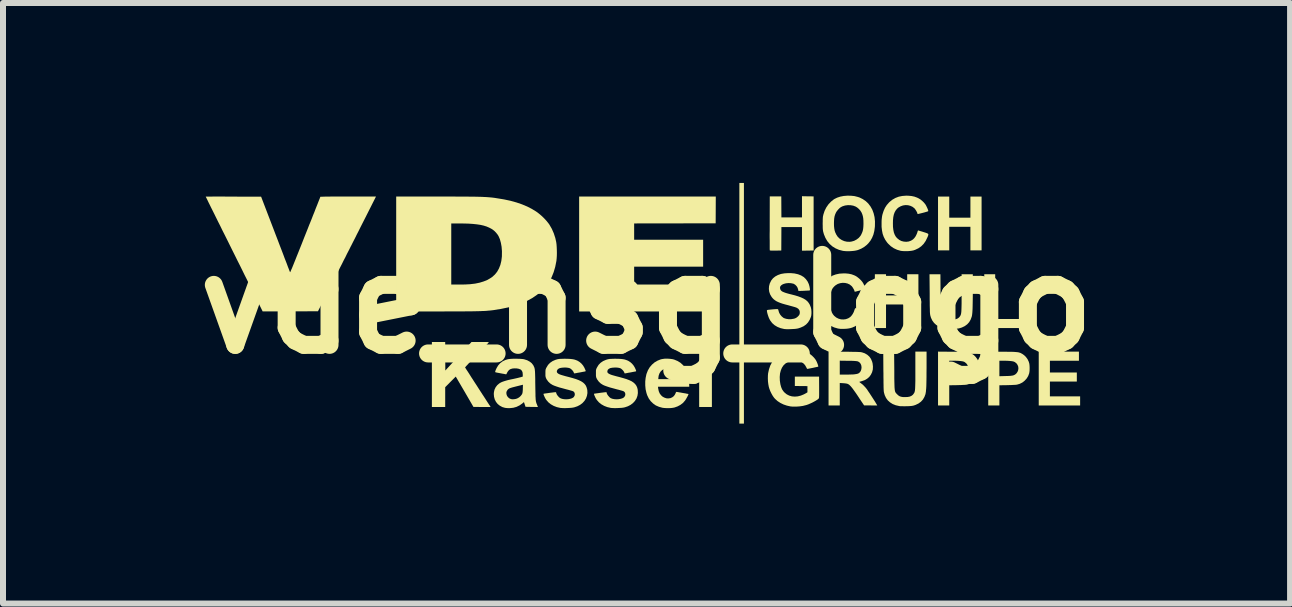
<source format=kicad_pcb>
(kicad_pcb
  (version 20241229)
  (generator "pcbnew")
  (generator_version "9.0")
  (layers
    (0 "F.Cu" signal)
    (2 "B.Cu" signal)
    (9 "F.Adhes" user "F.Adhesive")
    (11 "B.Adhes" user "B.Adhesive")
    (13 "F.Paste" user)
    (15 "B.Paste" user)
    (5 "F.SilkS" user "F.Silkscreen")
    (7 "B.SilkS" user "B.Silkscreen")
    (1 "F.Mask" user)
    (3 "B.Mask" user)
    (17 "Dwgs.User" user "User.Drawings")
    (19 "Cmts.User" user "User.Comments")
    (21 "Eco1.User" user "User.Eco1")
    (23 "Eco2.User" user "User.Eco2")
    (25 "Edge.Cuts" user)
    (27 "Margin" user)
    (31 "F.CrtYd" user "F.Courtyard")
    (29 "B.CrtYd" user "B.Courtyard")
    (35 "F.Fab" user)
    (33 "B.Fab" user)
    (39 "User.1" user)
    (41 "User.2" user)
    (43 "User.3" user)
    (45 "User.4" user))
  (footprint "vde_hsg_logo"
    (layer "F.Cu")
    (at 7.729 2.021)
    (property "Reference" "vde_hsg_logo" (at 0 0 0) (layer "F.SilkS") (effects (font (size 1.5 1.5) (thickness 0.3))))
    (attr board_only exclude_from_pos_files exclude_from_bom)
    (fp_poly (pts (xy 1.089 1.172) (xy 1.089 1.714) (xy 0.983 1.714) (xy 0.877 1.714) (xy 0.877 1.172) (xy 0.877 0.63) (xy 0.983 0.63) (xy 1.089 0.63)) (stroke (width 0) (type solid)) (fill yes) (layer "F.SilkS"))
    (fp_poly (pts (xy 1.623 -0.015) (xy 1.623 1.991) (xy 1.585 1.991) (xy 1.547 1.991) (xy 1.547 -0.015) (xy 1.547 -2.021) (xy 1.585 -2.021) (xy 1.623 -2.021)) (stroke (width 0) (type solid)) (fill yes) (layer "F.SilkS"))
    (fp_poly (pts (xy 5.812 -0.126) (xy 5.812 0.247) (xy 6.039 0.247) (xy 6.266 0.247) (xy 6.266 0.323) (xy 6.266 0.398) (xy 5.948 0.398) (xy 5.63 0.398) (xy 5.63 -0.05) (xy 5.63 -0.499) (xy 5.721 -0.499) (xy 5.812 -0.499)) (stroke (width 0) (type solid)) (fill yes) (layer "F.SilkS"))
    (fp_poly (pts (xy 1.153 -1.571) (xy 1.152 -1.348) (xy 0.473 -1.347) (xy -0.207 -1.346) (xy -0.207 -1.21) (xy -0.207 -1.074) (xy 0.368 -1.074) (xy 0.943 -1.074) (xy 0.943 -0.849) (xy 0.943 -0.625) (xy 0.368 -0.625) (xy -0.207 -0.625) (xy -0.207 -0.476) (xy -0.207 -0.328) (xy 0.499 -0.328) (xy 1.205 -0.328) (xy 1.205 -0.103) (xy 1.205 0.121) (xy 0.04 0.121) (xy -1.124 0.121) (xy -1.124 -0.837) (xy -1.124 -1.794) (xy 0.015 -1.794) (xy 1.154 -1.794)) (stroke (width 0) (type solid)) (fill yes) (layer "F.SilkS"))
    (fp_poly (pts (xy 3.992 -0.323) (xy 3.992 -0.146) (xy 4.169 -0.146) (xy 4.345 -0.146) (xy 4.345 -0.323) (xy 4.345 -0.499) (xy 4.438 -0.499) (xy 4.532 -0.499) (xy 4.532 -0.05) (xy 4.532 0.398) (xy 4.438 0.398) (xy 4.345 0.398) (xy 4.345 0.202) (xy 4.345 0.005) (xy 4.169 0.005) (xy 3.992 0.005) (xy 3.992 0.202) (xy 3.992 0.398) (xy 3.899 0.398) (xy 3.806 0.398) (xy 3.806 -0.05) (xy 3.806 -0.499) (xy 3.899 -0.499) (xy 3.992 -0.499)) (stroke (width 0) (type solid)) (fill yes) (layer "F.SilkS"))
    (fp_poly (pts (xy 5.046 -1.618) (xy 5.046 -1.442) (xy 5.222 -1.442) (xy 5.399 -1.442) (xy 5.399 -1.618) (xy 5.399 -1.794) (xy 5.492 -1.794) (xy 5.585 -1.794) (xy 5.585 -1.346) (xy 5.585 -0.897) (xy 5.492 -0.897) (xy 5.399 -0.897) (xy 5.399 -1.094) (xy 5.399 -1.29) (xy 5.222 -1.29) (xy 5.046 -1.29) (xy 5.046 -1.094) (xy 5.046 -0.897) (xy 4.952 -0.897) (xy 4.859 -0.897) (xy 4.859 -1.346) (xy 4.859 -1.794) (xy 4.952 -1.794) (xy 5.046 -1.794)) (stroke (width 0) (type solid)) (fill yes) (layer "F.SilkS"))
    (fp_poly (pts (xy 7.208 0.867) (xy 7.208 0.943) (xy 6.966 0.943) (xy 6.724 0.943) (xy 6.724 1.041) (xy 6.724 1.139) (xy 6.949 1.139) (xy 7.173 1.139) (xy 7.173 1.215) (xy 7.173 1.29) (xy 6.949 1.29) (xy 6.724 1.29) (xy 6.724 1.414) (xy 6.724 1.537) (xy 6.976 1.537) (xy 7.228 1.537) (xy 7.228 1.613) (xy 7.228 1.689) (xy 6.883 1.689) (xy 6.538 1.689) (xy 6.538 1.24) (xy 6.538 0.791) (xy 6.873 0.791) (xy 7.208 0.791)) (stroke (width 0) (type solid)) (fill yes) (layer "F.SilkS"))
    (fp_poly (pts (xy 2.688 -1.798) (xy 2.785 -1.797) (xy 2.785 -1.346) (xy 2.785 -0.895) (xy 2.688 -0.893) (xy 2.591 -0.892) (xy 2.591 -1.089) (xy 2.591 -1.285) (xy 2.42 -1.285) (xy 2.248 -1.285) (xy 2.247 -1.09) (xy 2.246 -0.895) (xy 2.151 -0.893) (xy 2.116 -0.893) (xy 2.09 -0.893) (xy 2.072 -0.894) (xy 2.061 -0.895) (xy 2.055 -0.897) (xy 2.054 -0.898) (xy 2.054 -0.904) (xy 2.053 -0.92) (xy 2.053 -0.943) (xy 2.053 -0.975) (xy 2.053 -1.014) (xy 2.053 -1.059) (xy 2.052 -1.11) (xy 2.052 -1.166) (xy 2.053 -1.227) (xy 2.053 -1.29) (xy 2.053 -1.351) (xy 2.054 -1.797) (xy 2.15 -1.797) (xy 2.246 -1.797) (xy 2.247 -1.622) (xy 2.248 -1.447) (xy 2.42 -1.447) (xy 2.591 -1.447) (xy 2.591 -1.623) (xy 2.591 -1.8)) (stroke (width 0) (type solid)) (fill yes) (layer "F.SilkS"))
    (fp_poly (pts (xy -3.356 0.868) (xy -3.355 1.106) (xy -3.136 0.868) (xy -2.918 0.63) (xy -2.771 0.63) (xy -2.729 0.63) (xy -2.696 0.63) (xy -2.671 0.631) (xy -2.653 0.631) (xy -2.641 0.632) (xy -2.634 0.633) (xy -2.631 0.635) (xy -2.631 0.637) (xy -2.632 0.639) (xy -2.637 0.644) (xy -2.648 0.656) (xy -2.664 0.673) (xy -2.686 0.696) (xy -2.712 0.724) (xy -2.742 0.755) (xy -2.775 0.789) (xy -2.81 0.825) (xy -2.833 0.849) (xy -2.869 0.886) (xy -2.903 0.922) (xy -2.934 0.954) (xy -2.962 0.984) (xy -2.985 1.009) (xy -3.004 1.029) (xy -3.017 1.044) (xy -3.024 1.052) (xy -3.026 1.054) (xy -3.023 1.059) (xy -3.015 1.071) (xy -3.003 1.091) (xy -2.986 1.116) (xy -2.966 1.147) (xy -2.943 1.183) (xy -2.918 1.223) (xy -2.89 1.266) (xy -2.861 1.311) (xy -2.83 1.358) (xy -2.799 1.407) (xy -2.768 1.455) (xy -2.737 1.503) (xy -2.706 1.55) (xy -2.677 1.595) (xy -2.65 1.637) (xy -2.625 1.675) (xy -2.607 1.702) (xy -2.6 1.714) (xy -2.743 1.714) (xy -2.886 1.713) (xy -3.033 1.46) (xy -3.181 1.207) (xy -3.269 1.295) (xy -3.357 1.384) (xy -3.357 1.549) (xy -3.357 1.714) (xy -3.468 1.714) (xy -3.579 1.714) (xy -3.579 1.172) (xy -3.579 0.63) (xy -3.468 0.63) (xy -3.357 0.63)) (stroke (width 0) (type solid)) (fill yes) (layer "F.SilkS"))
    (fp_poly (pts (xy 5.097 0.793) (xy 5.156 0.793) (xy 5.206 0.794) (xy 5.247 0.794) (xy 5.282 0.795) (xy 5.31 0.797) (xy 5.333 0.799) (xy 5.352 0.801) (xy 5.368 0.804) (xy 5.382 0.808) (xy 5.394 0.812) (xy 5.406 0.818) (xy 5.42 0.825) (xy 5.425 0.828) (xy 5.459 0.851) (xy 5.489 0.882) (xy 5.515 0.918) (xy 5.534 0.958) (xy 5.544 0.992) (xy 5.548 1.017) (xy 5.549 1.048) (xy 5.549 1.081) (xy 5.548 1.113) (xy 5.545 1.14) (xy 5.542 1.152) (xy 5.525 1.198) (xy 5.499 1.24) (xy 5.467 1.276) (xy 5.428 1.306) (xy 5.384 1.328) (xy 5.341 1.341) (xy 5.327 1.343) (xy 5.306 1.345) (xy 5.277 1.346) (xy 5.244 1.348) (xy 5.208 1.349) (xy 5.178 1.35) (xy 5.046 1.352) (xy 5.046 1.52) (xy 5.046 1.689) (xy 4.952 1.689) (xy 4.859 1.689) (xy 4.859 1.24) (xy 4.859 0.943) (xy 5.046 0.943) (xy 5.046 1.072) (xy 5.046 1.201) (xy 5.148 1.198) (xy 5.191 1.197) (xy 5.226 1.195) (xy 5.252 1.192) (xy 5.27 1.189) (xy 5.275 1.188) (xy 5.306 1.174) (xy 5.33 1.153) (xy 5.348 1.128) (xy 5.358 1.1) (xy 5.362 1.071) (xy 5.359 1.041) (xy 5.349 1.013) (xy 5.331 0.988) (xy 5.305 0.967) (xy 5.297 0.962) (xy 5.275 0.954) (xy 5.243 0.949) (xy 5.202 0.945) (xy 5.15 0.943) (xy 5.12 0.943) (xy 5.046 0.943) (xy 4.859 0.943) (xy 4.859 0.791)) (stroke (width 0) (type solid)) (fill yes) (layer "F.SilkS"))
    (fp_poly (pts (xy 5.934 0.793) (xy 5.993 0.793) (xy 6.042 0.794) (xy 6.084 0.794) (xy 6.118 0.795) (xy 6.147 0.797) (xy 6.17 0.799) (xy 6.189 0.801) (xy 6.205 0.804) (xy 6.218 0.808) (xy 6.231 0.812) (xy 6.243 0.818) (xy 6.256 0.825) (xy 6.262 0.828) (xy 6.295 0.851) (xy 6.326 0.882) (xy 6.352 0.918) (xy 6.371 0.958) (xy 6.381 0.992) (xy 6.384 1.017) (xy 6.386 1.048) (xy 6.386 1.081) (xy 6.385 1.113) (xy 6.381 1.14) (xy 6.379 1.152) (xy 6.362 1.198) (xy 6.336 1.24) (xy 6.303 1.276) (xy 6.265 1.306) (xy 6.221 1.328) (xy 6.177 1.341) (xy 6.164 1.343) (xy 6.142 1.345) (xy 6.114 1.346) (xy 6.081 1.348) (xy 6.045 1.349) (xy 6.015 1.35) (xy 5.882 1.352) (xy 5.882 1.52) (xy 5.882 1.689) (xy 5.789 1.689) (xy 5.696 1.689) (xy 5.696 1.24) (xy 5.696 0.943) (xy 5.882 0.943) (xy 5.882 1.072) (xy 5.882 1.201) (xy 5.985 1.198) (xy 6.028 1.197) (xy 6.063 1.195) (xy 6.088 1.192) (xy 6.107 1.189) (xy 6.112 1.188) (xy 6.143 1.174) (xy 6.167 1.153) (xy 6.184 1.128) (xy 6.195 1.1) (xy 6.199 1.071) (xy 6.196 1.041) (xy 6.185 1.013) (xy 6.168 0.988) (xy 6.142 0.967) (xy 6.133 0.962) (xy 6.112 0.954) (xy 6.08 0.949) (xy 6.038 0.945) (xy 5.987 0.943) (xy 5.957 0.943) (xy 5.882 0.943) (xy 5.696 0.943) (xy 5.696 0.791)) (stroke (width 0) (type solid)) (fill yes) (layer "F.SilkS"))
    (fp_poly (pts (xy 4.13 1.105) (xy 4.13 1.173) (xy 4.13 1.231) (xy 4.131 1.281) (xy 4.132 1.323) (xy 4.133 1.359) (xy 4.134 1.388) (xy 4.136 1.411) (xy 4.138 1.43) (xy 4.141 1.446) (xy 4.144 1.458) (xy 4.149 1.468) (xy 4.154 1.477) (xy 4.16 1.484) (xy 4.167 1.492) (xy 4.175 1.5) (xy 4.196 1.52) (xy 4.217 1.534) (xy 4.242 1.543) (xy 4.271 1.548) (xy 4.308 1.549) (xy 4.312 1.549) (xy 4.355 1.547) (xy 4.39 1.54) (xy 4.418 1.527) (xy 4.441 1.509) (xy 4.458 1.485) (xy 4.463 1.477) (xy 4.467 1.468) (xy 4.47 1.457) (xy 4.473 1.445) (xy 4.475 1.429) (xy 4.477 1.409) (xy 4.478 1.385) (xy 4.479 1.356) (xy 4.48 1.32) (xy 4.481 1.278) (xy 4.481 1.227) (xy 4.481 1.169) (xy 4.481 1.101) (xy 4.481 1.095) (xy 4.481 0.791) (xy 4.574 0.791) (xy 4.668 0.791) (xy 4.668 1.06) (xy 4.667 1.138) (xy 4.667 1.207) (xy 4.666 1.267) (xy 4.665 1.319) (xy 4.664 1.363) (xy 4.662 1.401) (xy 4.659 1.433) (xy 4.657 1.459) (xy 4.653 1.481) (xy 4.65 1.498) (xy 4.65 1.499) (xy 4.632 1.547) (xy 4.607 1.59) (xy 4.574 1.626) (xy 4.533 1.656) (xy 4.485 1.679) (xy 4.456 1.689) (xy 4.439 1.693) (xy 4.422 1.696) (xy 4.401 1.698) (xy 4.376 1.7) (xy 4.343 1.701) (xy 4.33 1.701) (xy 4.299 1.702) (xy 4.268 1.701) (xy 4.242 1.701) (xy 4.221 1.7) (xy 4.211 1.698) (xy 4.154 1.685) (xy 4.103 1.665) (xy 4.059 1.637) (xy 4.021 1.603) (xy 3.992 1.563) (xy 3.97 1.516) (xy 3.959 1.477) (xy 3.957 1.468) (xy 3.955 1.457) (xy 3.954 1.444) (xy 3.953 1.427) (xy 3.952 1.406) (xy 3.951 1.38) (xy 3.951 1.348) (xy 3.95 1.31) (xy 3.95 1.264) (xy 3.949 1.211) (xy 3.949 1.148) (xy 3.948 1.115) (xy 3.946 0.791) (xy 4.037 0.791) (xy 4.127 0.791)) (stroke (width 0) (type solid)) (fill yes) (layer "F.SilkS"))
    (fp_poly (pts (xy 4.901 -0.185) (xy 4.901 -0.118) (xy 4.902 -0.059) (xy 4.902 -0.009) (xy 4.903 0.033) (xy 4.904 0.068) (xy 4.905 0.097) (xy 4.907 0.121) (xy 4.909 0.14) (xy 4.912 0.155) (xy 4.915 0.168) (xy 4.92 0.178) (xy 4.925 0.186) (xy 4.931 0.194) (xy 4.938 0.202) (xy 4.946 0.21) (xy 4.967 0.229) (xy 4.989 0.243) (xy 5.013 0.252) (xy 5.043 0.257) (xy 5.079 0.259) (xy 5.084 0.259) (xy 5.126 0.257) (xy 5.161 0.249) (xy 5.189 0.237) (xy 5.212 0.219) (xy 5.23 0.195) (xy 5.234 0.186) (xy 5.238 0.177) (xy 5.241 0.167) (xy 5.244 0.154) (xy 5.246 0.139) (xy 5.248 0.119) (xy 5.249 0.095) (xy 5.25 0.065) (xy 5.251 0.03) (xy 5.252 -0.013) (xy 5.252 -0.063) (xy 5.252 -0.122) (xy 5.252 -0.19) (xy 5.252 -0.195) (xy 5.252 -0.499) (xy 5.346 -0.499) (xy 5.439 -0.499) (xy 5.439 -0.231) (xy 5.439 -0.152) (xy 5.438 -0.084) (xy 5.437 -0.024) (xy 5.436 0.028) (xy 5.435 0.073) (xy 5.433 0.111) (xy 5.431 0.142) (xy 5.428 0.169) (xy 5.425 0.19) (xy 5.421 0.208) (xy 5.421 0.208) (xy 5.403 0.257) (xy 5.378 0.3) (xy 5.345 0.336) (xy 5.304 0.366) (xy 5.256 0.389) (xy 5.227 0.398) (xy 5.21 0.403) (xy 5.193 0.406) (xy 5.172 0.408) (xy 5.147 0.41) (xy 5.114 0.411) (xy 5.101 0.411) (xy 5.07 0.411) (xy 5.039 0.411) (xy 5.013 0.41) (xy 4.992 0.409) (xy 4.983 0.408) (xy 4.925 0.395) (xy 4.874 0.374) (xy 4.83 0.347) (xy 4.793 0.313) (xy 4.763 0.272) (xy 4.741 0.225) (xy 4.73 0.187) (xy 4.728 0.177) (xy 4.727 0.167) (xy 4.725 0.153) (xy 4.724 0.136) (xy 4.723 0.115) (xy 4.723 0.089) (xy 4.722 0.058) (xy 4.721 0.02) (xy 4.721 -0.026) (xy 4.72 -0.08) (xy 4.72 -0.142) (xy 4.72 -0.175) (xy 4.717 -0.499) (xy 4.808 -0.499) (xy 4.899 -0.499)) (stroke (width 0) (type solid)) (fill yes) (layer "F.SilkS"))
    (fp_poly (pts (xy 0.391 0.911) (xy 0.435 0.917) (xy 0.461 0.924) (xy 0.516 0.947) (xy 0.564 0.976) (xy 0.605 1.013) (xy 0.639 1.057) (xy 0.666 1.108) (xy 0.687 1.167) (xy 0.701 1.234) (xy 0.709 1.308) (xy 0.709 1.312) (xy 0.712 1.376) (xy 0.451 1.376) (xy 0.19 1.376) (xy 0.194 1.407) (xy 0.203 1.45) (xy 0.219 1.488) (xy 0.242 1.519) (xy 0.27 1.544) (xy 0.302 1.56) (xy 0.334 1.57) (xy 0.367 1.571) (xy 0.399 1.566) (xy 0.428 1.553) (xy 0.454 1.533) (xy 0.473 1.507) (xy 0.482 1.488) (xy 0.488 1.473) (xy 0.494 1.464) (xy 0.496 1.462) (xy 0.504 1.463) (xy 0.519 1.465) (xy 0.54 1.469) (xy 0.565 1.473) (xy 0.592 1.478) (xy 0.62 1.483) (xy 0.646 1.487) (xy 0.668 1.492) (xy 0.686 1.495) (xy 0.696 1.497) (xy 0.698 1.498) (xy 0.698 1.504) (xy 0.693 1.516) (xy 0.685 1.533) (xy 0.674 1.553) (xy 0.663 1.573) (xy 0.651 1.593) (xy 0.64 1.609) (xy 0.638 1.611) (xy 0.605 1.648) (xy 0.564 1.679) (xy 0.517 1.704) (xy 0.467 1.722) (xy 0.448 1.726) (xy 0.415 1.731) (xy 0.377 1.733) (xy 0.336 1.733) (xy 0.297 1.731) (xy 0.265 1.727) (xy 0.207 1.711) (xy 0.154 1.688) (xy 0.109 1.656) (xy 0.069 1.617) (xy 0.036 1.571) (xy 0.01 1.517) (xy -0.002 1.48) (xy -0.016 1.419) (xy -0.022 1.354) (xy -0.022 1.289) (xy -0.018 1.25) (xy 0.195 1.25) (xy 0.35 1.25) (xy 0.505 1.25) (xy 0.501 1.224) (xy 0.496 1.194) (xy 0.486 1.164) (xy 0.475 1.139) (xy 0.469 1.129) (xy 0.446 1.105) (xy 0.416 1.086) (xy 0.383 1.074) (xy 0.349 1.07) (xy 0.334 1.071) (xy 0.295 1.08) (xy 0.262 1.097) (xy 0.235 1.122) (xy 0.215 1.154) (xy 0.202 1.191) (xy 0.198 1.218) (xy 0.195 1.25) (xy -0.018 1.25) (xy -0.015 1.226) (xy -0.002 1.165) (xy 0.019 1.111) (xy 0.023 1.101) (xy 0.053 1.051) (xy 0.091 1.007) (xy 0.134 0.97) (xy 0.184 0.941) (xy 0.237 0.92) (xy 0.259 0.915) (xy 0.299 0.909) (xy 0.345 0.908)) (stroke (width 0) (type solid)) (fill yes) (layer "F.SilkS"))
    (fp_poly (pts (xy 3.295 0.793) (xy 3.355 0.793) (xy 3.406 0.794) (xy 3.449 0.795) (xy 3.484 0.795) (xy 3.512 0.796) (xy 3.535 0.797) (xy 3.554 0.798) (xy 3.568 0.799) (xy 3.58 0.801) (xy 3.589 0.803) (xy 3.591 0.803) (xy 3.638 0.819) (xy 3.679 0.843) (xy 3.714 0.874) (xy 3.741 0.912) (xy 3.76 0.957) (xy 3.768 0.986) (xy 3.774 1.038) (xy 3.772 1.088) (xy 3.76 1.134) (xy 3.74 1.175) (xy 3.713 1.212) (xy 3.677 1.243) (xy 3.635 1.267) (xy 3.588 1.283) (xy 3.57 1.288) (xy 3.556 1.292) (xy 3.549 1.294) (xy 3.548 1.297) (xy 3.556 1.305) (xy 3.562 1.309) (xy 3.607 1.344) (xy 3.648 1.387) (xy 3.67 1.414) (xy 3.68 1.428) (xy 3.694 1.45) (xy 3.712 1.476) (xy 3.731 1.505) (xy 3.752 1.537) (xy 3.772 1.568) (xy 3.792 1.599) (xy 3.81 1.627) (xy 3.824 1.651) (xy 3.835 1.669) (xy 3.84 1.677) (xy 3.846 1.689) (xy 3.737 1.688) (xy 3.627 1.688) (xy 3.551 1.575) (xy 3.517 1.523) (xy 3.487 1.479) (xy 3.461 1.443) (xy 3.439 1.412) (xy 3.42 1.388) (xy 3.404 1.369) (xy 3.389 1.354) (xy 3.376 1.342) (xy 3.363 1.334) (xy 3.35 1.328) (xy 3.342 1.325) (xy 3.329 1.323) (xy 3.31 1.32) (xy 3.287 1.318) (xy 3.273 1.317) (xy 3.221 1.314) (xy 3.221 1.501) (xy 3.221 1.689) (xy 3.128 1.689) (xy 3.034 1.689) (xy 3.034 1.24) (xy 3.034 0.942) (xy 3.221 0.942) (xy 3.221 1.058) (xy 3.221 1.174) (xy 3.321 1.174) (xy 3.355 1.174) (xy 3.39 1.173) (xy 3.422 1.172) (xy 3.45 1.171) (xy 3.468 1.169) (xy 3.501 1.164) (xy 3.527 1.157) (xy 3.546 1.145) (xy 3.561 1.129) (xy 3.571 1.113) (xy 3.581 1.083) (xy 3.584 1.052) (xy 3.58 1.022) (xy 3.569 0.994) (xy 3.553 0.974) (xy 3.544 0.966) (xy 3.534 0.96) (xy 3.524 0.955) (xy 3.511 0.951) (xy 3.493 0.949) (xy 3.471 0.947) (xy 3.443 0.945) (xy 3.407 0.944) (xy 3.362 0.944) (xy 3.361 0.944) (xy 3.221 0.942) (xy 3.034 0.942) (xy 3.034 0.791)) (stroke (width 0) (type solid)) (fill yes) (layer "F.SilkS"))
    (fp_poly (pts (xy 3.407 -1.808) (xy 3.466 -1.802) (xy 3.521 -1.788) (xy 3.549 -1.779) (xy 3.604 -1.752) (xy 3.654 -1.718) (xy 3.697 -1.677) (xy 3.734 -1.628) (xy 3.764 -1.574) (xy 3.786 -1.514) (xy 3.801 -1.45) (xy 3.808 -1.38) (xy 3.807 -1.307) (xy 3.806 -1.289) (xy 3.797 -1.221) (xy 3.782 -1.161) (xy 3.76 -1.107) (xy 3.732 -1.058) (xy 3.697 -1.014) (xy 3.671 -0.988) (xy 3.628 -0.954) (xy 3.578 -0.925) (xy 3.524 -0.903) (xy 3.501 -0.897) (xy 3.472 -0.891) (xy 3.437 -0.887) (xy 3.398 -0.884) (xy 3.358 -0.883) (xy 3.32 -0.884) (xy 3.287 -0.887) (xy 3.273 -0.889) (xy 3.208 -0.906) (xy 3.15 -0.931) (xy 3.097 -0.964) (xy 3.052 -1.004) (xy 3.013 -1.051) (xy 2.981 -1.106) (xy 2.956 -1.167) (xy 2.95 -1.189) (xy 2.945 -1.206) (xy 2.942 -1.221) (xy 2.94 -1.236) (xy 2.938 -1.253) (xy 2.937 -1.274) (xy 2.937 -1.301) (xy 2.936 -1.335) (xy 2.936 -1.343) (xy 2.936 -1.348) (xy 3.124 -1.348) (xy 3.125 -1.302) (xy 3.129 -1.263) (xy 3.135 -1.229) (xy 3.145 -1.198) (xy 3.16 -1.166) (xy 3.16 -1.165) (xy 3.185 -1.126) (xy 3.217 -1.094) (xy 3.255 -1.069) (xy 3.297 -1.051) (xy 3.342 -1.041) (xy 3.39 -1.04) (xy 3.418 -1.044) (xy 3.46 -1.056) (xy 3.5 -1.077) (xy 3.536 -1.104) (xy 3.565 -1.137) (xy 3.578 -1.159) (xy 3.592 -1.189) (xy 3.603 -1.219) (xy 3.61 -1.251) (xy 3.614 -1.288) (xy 3.616 -1.332) (xy 3.616 -1.348) (xy 3.615 -1.395) (xy 3.612 -1.433) (xy 3.606 -1.467) (xy 3.597 -1.497) (xy 3.585 -1.526) (xy 3.581 -1.533) (xy 3.564 -1.56) (xy 3.54 -1.587) (xy 3.513 -1.61) (xy 3.488 -1.626) (xy 3.447 -1.642) (xy 3.401 -1.65) (xy 3.355 -1.651) (xy 3.309 -1.645) (xy 3.267 -1.632) (xy 3.238 -1.617) (xy 3.215 -1.599) (xy 3.192 -1.575) (xy 3.171 -1.549) (xy 3.158 -1.528) (xy 3.144 -1.496) (xy 3.134 -1.464) (xy 3.128 -1.429) (xy 3.125 -1.387) (xy 3.124 -1.348) (xy 2.936 -1.348) (xy 2.937 -1.38) (xy 2.937 -1.409) (xy 2.938 -1.431) (xy 2.939 -1.449) (xy 2.941 -1.465) (xy 2.945 -1.481) (xy 2.948 -1.495) (xy 2.968 -1.556) (xy 2.996 -1.612) (xy 3.031 -1.663) (xy 3.073 -1.708) (xy 3.119 -1.745) (xy 3.133 -1.754) (xy 3.178 -1.776) (xy 3.23 -1.793) (xy 3.287 -1.804) (xy 3.347 -1.809)) (stroke (width 0) (type solid)) (fill yes) (layer "F.SilkS"))
    (fp_poly (pts (xy 2.497 0.773) (xy 2.498 0.773) (xy 2.549 0.776) (xy 2.593 0.782) (xy 2.632 0.791) (xy 2.669 0.803) (xy 2.696 0.815) (xy 2.728 0.834) (xy 2.76 0.86) (xy 2.79 0.89) (xy 2.815 0.921) (xy 2.831 0.948) (xy 2.84 0.968) (xy 2.849 0.99) (xy 2.856 1.01) (xy 2.861 1.027) (xy 2.863 1.038) (xy 2.862 1.041) (xy 2.857 1.043) (xy 2.844 1.046) (xy 2.824 1.05) (xy 2.8 1.055) (xy 2.775 1.061) (xy 2.749 1.066) (xy 2.724 1.071) (xy 2.703 1.075) (xy 2.688 1.078) (xy 2.679 1.079) (xy 2.679 1.079) (xy 2.674 1.074) (xy 2.668 1.063) (xy 2.662 1.051) (xy 2.642 1.016) (xy 2.615 0.987) (xy 2.581 0.965) (xy 2.543 0.949) (xy 2.5 0.94) (xy 2.454 0.939) (xy 2.452 0.939) (xy 2.401 0.948) (xy 2.355 0.965) (xy 2.316 0.989) (xy 2.283 1.02) (xy 2.257 1.059) (xy 2.238 1.104) (xy 2.225 1.155) (xy 2.22 1.213) (xy 2.222 1.276) (xy 2.223 1.282) (xy 2.231 1.335) (xy 2.243 1.38) (xy 2.259 1.419) (xy 2.282 1.453) (xy 2.301 1.474) (xy 2.337 1.503) (xy 2.378 1.524) (xy 2.423 1.537) (xy 2.471 1.541) (xy 2.521 1.537) (xy 2.572 1.524) (xy 2.623 1.503) (xy 2.66 1.483) (xy 2.682 1.469) (xy 2.682 1.418) (xy 2.682 1.366) (xy 2.577 1.365) (xy 2.472 1.364) (xy 2.472 1.285) (xy 2.472 1.207) (xy 2.674 1.207) (xy 2.876 1.207) (xy 2.877 1.383) (xy 2.877 1.434) (xy 2.877 1.478) (xy 2.877 1.514) (xy 2.876 1.541) (xy 2.875 1.559) (xy 2.873 1.567) (xy 2.873 1.568) (xy 2.864 1.579) (xy 2.846 1.593) (xy 2.822 1.608) (xy 2.794 1.624) (xy 2.762 1.641) (xy 2.729 1.656) (xy 2.697 1.67) (xy 2.666 1.681) (xy 2.658 1.683) (xy 2.606 1.696) (xy 2.549 1.704) (xy 2.491 1.708) (xy 2.436 1.708) (xy 2.397 1.704) (xy 2.339 1.691) (xy 2.283 1.672) (xy 2.23 1.646) (xy 2.183 1.615) (xy 2.143 1.579) (xy 2.126 1.56) (xy 2.104 1.529) (xy 2.083 1.492) (xy 2.063 1.451) (xy 2.047 1.409) (xy 2.038 1.379) (xy 2.03 1.336) (xy 2.024 1.288) (xy 2.022 1.238) (xy 2.023 1.189) (xy 2.026 1.154) (xy 2.041 1.085) (xy 2.063 1.022) (xy 2.093 0.965) (xy 2.13 0.915) (xy 2.174 0.871) (xy 2.223 0.835) (xy 2.279 0.806) (xy 2.34 0.786) (xy 2.375 0.778) (xy 2.401 0.775) (xy 2.428 0.772) (xy 2.459 0.772)) (stroke (width 0) (type solid)) (fill yes) (layer "F.SilkS"))
    (fp_poly (pts (xy 3.316 -0.513) (xy 3.37 -0.508) (xy 3.417 -0.498) (xy 3.461 -0.482) (xy 3.486 -0.47) (xy 3.515 -0.451) (xy 3.545 -0.427) (xy 3.573 -0.4) (xy 3.596 -0.373) (xy 3.606 -0.358) (xy 3.617 -0.339) (xy 3.627 -0.317) (xy 3.636 -0.296) (xy 3.643 -0.277) (xy 3.647 -0.262) (xy 3.648 -0.255) (xy 3.643 -0.252) (xy 3.629 -0.247) (xy 3.609 -0.241) (xy 3.584 -0.234) (xy 3.566 -0.23) (xy 3.538 -0.223) (xy 3.513 -0.217) (xy 3.494 -0.212) (xy 3.481 -0.209) (xy 3.477 -0.208) (xy 3.469 -0.209) (xy 3.468 -0.212) (xy 3.465 -0.224) (xy 3.458 -0.242) (xy 3.447 -0.261) (xy 3.435 -0.281) (xy 3.423 -0.297) (xy 3.417 -0.303) (xy 3.386 -0.328) (xy 3.349 -0.345) (xy 3.309 -0.354) (xy 3.268 -0.356) (xy 3.227 -0.35) (xy 3.187 -0.337) (xy 3.151 -0.315) (xy 3.129 -0.296) (xy 3.105 -0.269) (xy 3.087 -0.237) (xy 3.074 -0.199) (xy 3.064 -0.155) (xy 3.059 -0.104) (xy 3.058 -0.053) (xy 3.06 0.006) (xy 3.065 0.057) (xy 3.075 0.101) (xy 3.089 0.138) (xy 3.107 0.169) (xy 3.13 0.197) (xy 3.13 0.197) (xy 3.163 0.223) (xy 3.201 0.242) (xy 3.241 0.253) (xy 3.282 0.255) (xy 3.322 0.25) (xy 3.361 0.236) (xy 3.393 0.216) (xy 3.415 0.194) (xy 3.436 0.165) (xy 3.454 0.131) (xy 3.464 0.102) (xy 3.47 0.085) (xy 3.475 0.072) (xy 3.478 0.066) (xy 3.478 0.066) (xy 3.483 0.067) (xy 3.497 0.071) (xy 3.517 0.077) (xy 3.541 0.085) (xy 3.566 0.093) (xy 3.598 0.103) (xy 3.622 0.11) (xy 3.637 0.117) (xy 3.646 0.124) (xy 3.649 0.133) (xy 3.648 0.144) (xy 3.642 0.16) (xy 3.633 0.181) (xy 3.632 0.185) (xy 3.604 0.241) (xy 3.57 0.29) (xy 3.53 0.331) (xy 3.484 0.364) (xy 3.431 0.389) (xy 3.402 0.398) (xy 3.375 0.404) (xy 3.34 0.409) (xy 3.302 0.411) (xy 3.264 0.412) (xy 3.228 0.411) (xy 3.198 0.407) (xy 3.191 0.406) (xy 3.129 0.388) (xy 3.073 0.363) (xy 3.023 0.329) (xy 2.979 0.287) (xy 2.961 0.265) (xy 2.93 0.221) (xy 2.906 0.174) (xy 2.888 0.123) (xy 2.876 0.068) (xy 2.87 0.006) (xy 2.869 -0.063) (xy 2.869 -0.072) (xy 2.871 -0.109) (xy 2.873 -0.138) (xy 2.876 -0.162) (xy 2.88 -0.185) (xy 2.885 -0.202) (xy 2.903 -0.26) (xy 2.927 -0.311) (xy 2.956 -0.357) (xy 2.992 -0.398) (xy 3.003 -0.408) (xy 3.05 -0.446) (xy 3.1 -0.476) (xy 3.155 -0.496) (xy 3.215 -0.509) (xy 3.28 -0.513)) (stroke (width 0) (type solid)) (fill yes) (layer "F.SilkS"))
    (fp_poly (pts (xy 4.365 -1.808) (xy 4.418 -1.803) (xy 4.465 -1.793) (xy 4.509 -1.777) (xy 4.534 -1.765) (xy 4.564 -1.747) (xy 4.594 -1.723) (xy 4.622 -1.696) (xy 4.645 -1.668) (xy 4.655 -1.653) (xy 4.665 -1.634) (xy 4.675 -1.613) (xy 4.685 -1.591) (xy 4.692 -1.572) (xy 4.696 -1.558) (xy 4.696 -1.551) (xy 4.691 -1.548) (xy 4.677 -1.543) (xy 4.657 -1.537) (xy 4.633 -1.53) (xy 4.614 -1.525) (xy 4.587 -1.518) (xy 4.562 -1.512) (xy 4.542 -1.507) (xy 4.529 -1.504) (xy 4.525 -1.503) (xy 4.518 -1.504) (xy 4.516 -1.508) (xy 4.514 -1.52) (xy 4.506 -1.537) (xy 4.495 -1.557) (xy 4.483 -1.576) (xy 4.471 -1.592) (xy 4.466 -1.598) (xy 4.434 -1.623) (xy 4.397 -1.64) (xy 4.358 -1.65) (xy 4.316 -1.652) (xy 4.275 -1.646) (xy 4.236 -1.632) (xy 4.199 -1.611) (xy 4.177 -1.592) (xy 4.154 -1.564) (xy 4.136 -1.532) (xy 4.122 -1.494) (xy 4.113 -1.451) (xy 4.108 -1.399) (xy 4.107 -1.348) (xy 4.108 -1.289) (xy 4.114 -1.238) (xy 4.123 -1.195) (xy 4.137 -1.158) (xy 4.155 -1.126) (xy 4.178 -1.099) (xy 4.179 -1.099) (xy 4.212 -1.072) (xy 4.249 -1.053) (xy 4.289 -1.043) (xy 4.33 -1.04) (xy 4.371 -1.045) (xy 4.409 -1.059) (xy 4.441 -1.079) (xy 4.464 -1.102) (xy 4.485 -1.131) (xy 4.502 -1.165) (xy 4.513 -1.193) (xy 4.518 -1.211) (xy 4.523 -1.224) (xy 4.526 -1.23) (xy 4.527 -1.23) (xy 4.532 -1.228) (xy 4.545 -1.224) (xy 4.565 -1.218) (xy 4.59 -1.211) (xy 4.615 -1.203) (xy 4.647 -1.193) (xy 4.67 -1.185) (xy 4.686 -1.178) (xy 4.695 -1.171) (xy 4.698 -1.163) (xy 4.696 -1.151) (xy 4.691 -1.135) (xy 4.682 -1.114) (xy 4.68 -1.11) (xy 4.653 -1.054) (xy 4.619 -1.005) (xy 4.579 -0.965) (xy 4.532 -0.932) (xy 4.479 -0.907) (xy 4.451 -0.897) (xy 4.423 -0.891) (xy 4.389 -0.887) (xy 4.351 -0.884) (xy 4.312 -0.884) (xy 4.277 -0.885) (xy 4.247 -0.888) (xy 4.239 -0.889) (xy 4.177 -0.907) (xy 4.121 -0.933) (xy 4.071 -0.967) (xy 4.027 -1.009) (xy 4.009 -1.03) (xy 3.978 -1.075) (xy 3.954 -1.122) (xy 3.936 -1.172) (xy 3.925 -1.228) (xy 3.918 -1.289) (xy 3.918 -1.359) (xy 3.918 -1.368) (xy 3.919 -1.404) (xy 3.922 -1.433) (xy 3.925 -1.457) (xy 3.929 -1.48) (xy 3.933 -1.497) (xy 3.952 -1.556) (xy 3.975 -1.607) (xy 4.004 -1.652) (xy 4.04 -1.693) (xy 4.051 -1.704) (xy 4.098 -1.742) (xy 4.149 -1.771) (xy 4.204 -1.792) (xy 4.263 -1.804) (xy 4.329 -1.809)) (stroke (width 0) (type solid)) (fill yes) (layer "F.SilkS"))
    (fp_poly (pts (xy -3.474 -1.794) (xy -3.369 -1.794) (xy -3.273 -1.794) (xy -3.186 -1.794) (xy -3.107 -1.793) (xy -3.036 -1.793) (xy -2.973 -1.793) (xy -2.916 -1.792) (xy -2.864 -1.792) (xy -2.819 -1.791) (xy -2.778 -1.79) (xy -2.741 -1.789) (xy -2.708 -1.787) (xy -2.679 -1.786) (xy -2.651 -1.784) (xy -2.626 -1.782) (xy -2.602 -1.78) (xy -2.579 -1.778) (xy -2.555 -1.775) (xy -2.532 -1.772) (xy -2.507 -1.768) (xy -2.495 -1.766) (xy -2.378 -1.747) (xy -2.27 -1.724) (xy -2.169 -1.696) (xy -2.076 -1.664) (xy -1.99 -1.628) (xy -1.909 -1.586) (xy -1.84 -1.544) (xy -1.797 -1.512) (xy -1.753 -1.475) (xy -1.71 -1.434) (xy -1.671 -1.392) (xy -1.637 -1.35) (xy -1.621 -1.328) (xy -1.58 -1.257) (xy -1.547 -1.182) (xy -1.521 -1.102) (xy -1.506 -1.034) (xy -1.501 -0.997) (xy -1.498 -0.954) (xy -1.496 -0.905) (xy -1.495 -0.855) (xy -1.496 -0.806) (xy -1.499 -0.76) (xy -1.503 -0.721) (xy -1.504 -0.716) (xy -1.523 -0.621) (xy -1.549 -0.533) (xy -1.581 -0.453) (xy -1.62 -0.38) (xy -1.637 -0.354) (xy -1.69 -0.284) (xy -1.752 -0.218) (xy -1.823 -0.159) (xy -1.901 -0.105) (xy -1.988 -0.057) (xy -2.083 -0.015) (xy -2.186 0.022) (xy -2.298 0.052) (xy -2.418 0.077) (xy -2.447 0.083) (xy -2.477 0.087) (xy -2.506 0.092) (xy -2.532 0.096) (xy -2.559 0.1) (xy -2.585 0.103) (xy -2.611 0.106) (xy -2.639 0.108) (xy -2.668 0.111) (xy -2.7 0.113) (xy -2.735 0.114) (xy -2.773 0.116) (xy -2.815 0.117) (xy -2.862 0.118) (xy -2.914 0.119) (xy -2.971 0.119) (xy -3.036 0.12) (xy -3.107 0.12) (xy -3.186 0.12) (xy -3.273 0.12) (xy -3.369 0.121) (xy -3.475 0.121) (xy -3.487 0.121) (xy -4.174 0.121) (xy -4.174 -0.837) (xy -4.174 -1.346) (xy -3.256 -1.346) (xy -3.256 -0.837) (xy -3.256 -0.328) (xy -3.126 -0.328) (xy -3.088 -0.328) (xy -3.048 -0.328) (xy -3.012 -0.329) (xy -2.979 -0.331) (xy -2.953 -0.332) (xy -2.941 -0.333) (xy -2.857 -0.343) (xy -2.781 -0.359) (xy -2.713 -0.38) (xy -2.652 -0.405) (xy -2.598 -0.437) (xy -2.574 -0.453) (xy -2.529 -0.494) (xy -2.491 -0.541) (xy -2.461 -0.595) (xy -2.437 -0.656) (xy -2.421 -0.722) (xy -2.412 -0.794) (xy -2.411 -0.872) (xy -2.411 -0.885) (xy -2.417 -0.959) (xy -2.429 -1.024) (xy -2.445 -1.082) (xy -2.465 -1.129) (xy -2.482 -1.158) (xy -2.505 -1.187) (xy -2.531 -1.215) (xy -2.552 -1.233) (xy -2.587 -1.257) (xy -2.626 -1.277) (xy -2.668 -1.295) (xy -2.716 -1.31) (xy -2.769 -1.322) (xy -2.829 -1.331) (xy -2.896 -1.338) (xy -2.971 -1.343) (xy -3.054 -1.345) (xy -3.124 -1.346) (xy -3.256 -1.346) (xy -4.174 -1.346) (xy -4.174 -1.795)) (stroke (width 0) (type solid)) (fill yes) (layer "F.SilkS"))
    (fp_poly (pts (xy -4.683 -1.453) (xy -4.713 -1.394) (xy -4.743 -1.335) (xy -4.773 -1.276) (xy -4.801 -1.219) (xy -4.829 -1.165) (xy -4.854 -1.114) (xy -4.877 -1.069) (xy -4.897 -1.03) (xy -4.913 -0.998) (xy -4.922 -0.98) (xy -4.935 -0.956) (xy -4.951 -0.923) (xy -4.971 -0.884) (xy -4.995 -0.838) (xy -5.02 -0.786) (xy -5.049 -0.731) (xy -5.078 -0.672) (xy -5.11 -0.61) (xy -5.141 -0.547) (xy -5.174 -0.483) (xy -5.197 -0.436) (xy -5.228 -0.374) (xy -5.259 -0.313) (xy -5.289 -0.255) (xy -5.317 -0.199) (xy -5.344 -0.146) (xy -5.368 -0.098) (xy -5.389 -0.056) (xy -5.408 -0.019) (xy -5.423 0.012) (xy -5.435 0.034) (xy -5.442 0.048) (xy -5.478 0.118) (xy -5.939 0.12) (xy -6.4 0.121) (xy -6.518 -0.117) (xy -6.534 -0.149) (xy -6.554 -0.19) (xy -6.578 -0.238) (xy -6.605 -0.293) (xy -6.635 -0.354) (xy -6.668 -0.421) (xy -6.704 -0.492) (xy -6.741 -0.568) (xy -6.78 -0.647) (xy -6.821 -0.728) (xy -6.862 -0.811) (xy -6.904 -0.895) (xy -6.946 -0.98) (xy -6.988 -1.065) (xy -6.992 -1.073) (xy -7.032 -1.153) (xy -7.071 -1.23) (xy -7.107 -1.304) (xy -7.143 -1.375) (xy -7.176 -1.442) (xy -7.207 -1.505) (xy -7.236 -1.563) (xy -7.262 -1.615) (xy -7.285 -1.662) (xy -7.305 -1.702) (xy -7.321 -1.736) (xy -7.334 -1.762) (xy -7.343 -1.78) (xy -7.348 -1.791) (xy -7.349 -1.793) (xy -7.344 -1.793) (xy -7.33 -1.793) (xy -7.307 -1.793) (xy -7.276 -1.793) (xy -7.238 -1.794) (xy -7.193 -1.794) (xy -7.143 -1.794) (xy -7.087 -1.794) (xy -7.027 -1.794) (xy -6.963 -1.793) (xy -6.896 -1.793) (xy -6.888 -1.793) (xy -6.426 -1.792) (xy -6.313 -1.497) (xy -6.267 -1.377) (xy -6.224 -1.265) (xy -6.184 -1.16) (xy -6.147 -1.064) (xy -6.114 -0.977) (xy -6.083 -0.897) (xy -6.056 -0.826) (xy -6.033 -0.764) (xy -6.012 -0.711) (xy -5.995 -0.667) (xy -5.982 -0.631) (xy -5.972 -0.605) (xy -5.965 -0.588) (xy -5.965 -0.587) (xy -5.957 -0.566) (xy -5.95 -0.548) (xy -5.945 -0.537) (xy -5.943 -0.533) (xy -5.94 -0.536) (xy -5.934 -0.548) (xy -5.926 -0.568) (xy -5.914 -0.594) (xy -5.901 -0.626) (xy -5.886 -0.663) (xy -5.87 -0.703) (xy -5.858 -0.732) (xy -5.844 -0.768) (xy -5.826 -0.813) (xy -5.805 -0.865) (xy -5.782 -0.923) (xy -5.757 -0.985) (xy -5.731 -1.051) (xy -5.704 -1.12) (xy -5.676 -1.19) (xy -5.648 -1.26) (xy -5.621 -1.329) (xy -5.608 -1.36) (xy -5.583 -1.422) (xy -5.56 -1.482) (xy -5.537 -1.538) (xy -5.517 -1.591) (xy -5.498 -1.638) (xy -5.481 -1.681) (xy -5.467 -1.717) (xy -5.455 -1.747) (xy -5.446 -1.769) (xy -5.441 -1.784) (xy -5.439 -1.79) (xy -5.439 -1.79) (xy -5.434 -1.791) (xy -5.419 -1.791) (xy -5.395 -1.792) (xy -5.362 -1.793) (xy -5.321 -1.793) (xy -5.272 -1.794) (xy -5.214 -1.794) (xy -5.15 -1.794) (xy -5.078 -1.794) (xy -5 -1.794) (xy -4.975 -1.794) (xy -4.511 -1.794)) (stroke (width 0) (type solid)) (fill yes) (layer "F.SilkS"))
    (fp_poly (pts (xy 2.401 -0.518) (xy 2.467 -0.512) (xy 2.525 -0.499) (xy 2.576 -0.479) (xy 2.619 -0.453) (xy 2.655 -0.419) (xy 2.684 -0.379) (xy 2.704 -0.337) (xy 2.71 -0.317) (xy 2.716 -0.295) (xy 2.72 -0.273) (xy 2.723 -0.253) (xy 2.724 -0.238) (xy 2.722 -0.23) (xy 2.716 -0.229) (xy 2.702 -0.227) (xy 2.681 -0.226) (xy 2.654 -0.225) (xy 2.625 -0.223) (xy 2.532 -0.22) (xy 2.528 -0.24) (xy 2.518 -0.273) (xy 2.501 -0.301) (xy 2.478 -0.324) (xy 2.452 -0.34) (xy 2.445 -0.342) (xy 2.407 -0.35) (xy 2.365 -0.352) (xy 2.324 -0.348) (xy 2.287 -0.338) (xy 2.268 -0.33) (xy 2.244 -0.314) (xy 2.229 -0.295) (xy 2.224 -0.273) (xy 2.229 -0.25) (xy 2.231 -0.245) (xy 2.239 -0.231) (xy 2.251 -0.219) (xy 2.268 -0.208) (xy 2.292 -0.198) (xy 2.322 -0.187) (xy 2.36 -0.176) (xy 2.406 -0.164) (xy 2.407 -0.164) (xy 2.473 -0.147) (xy 2.529 -0.13) (xy 2.577 -0.112) (xy 2.618 -0.093) (xy 2.651 -0.073) (xy 2.679 -0.05) (xy 2.701 -0.024) (xy 2.719 0.005) (xy 2.733 0.038) (xy 2.74 0.058) (xy 2.746 0.087) (xy 2.749 0.121) (xy 2.749 0.156) (xy 2.746 0.188) (xy 2.74 0.212) (xy 2.719 0.261) (xy 2.692 0.304) (xy 2.659 0.339) (xy 2.618 0.368) (xy 2.569 0.39) (xy 2.527 0.404) (xy 2.505 0.408) (xy 2.476 0.412) (xy 2.441 0.414) (xy 2.404 0.416) (xy 2.368 0.417) (xy 2.335 0.417) (xy 2.307 0.415) (xy 2.295 0.414) (xy 2.235 0.4) (xy 2.182 0.379) (xy 2.135 0.351) (xy 2.095 0.316) (xy 2.063 0.274) (xy 2.048 0.247) (xy 2.037 0.223) (xy 2.027 0.195) (xy 2.018 0.167) (xy 2.011 0.14) (xy 2.007 0.118) (xy 2.006 0.108) (xy 2.007 0.103) (xy 2.009 0.1) (xy 2.014 0.097) (xy 2.023 0.095) (xy 2.037 0.093) (xy 2.058 0.091) (xy 2.086 0.088) (xy 2.119 0.085) (xy 2.148 0.083) (xy 2.168 0.082) (xy 2.182 0.082) (xy 2.191 0.085) (xy 2.195 0.091) (xy 2.198 0.1) (xy 2.2 0.111) (xy 2.211 0.144) (xy 2.229 0.176) (xy 2.253 0.204) (xy 2.28 0.226) (xy 2.29 0.232) (xy 2.326 0.244) (xy 2.366 0.25) (xy 2.41 0.25) (xy 2.453 0.243) (xy 2.469 0.239) (xy 2.492 0.229) (xy 2.513 0.214) (xy 2.533 0.195) (xy 2.547 0.176) (xy 2.553 0.159) (xy 2.555 0.128) (xy 2.548 0.102) (xy 2.532 0.079) (xy 2.506 0.061) (xy 2.503 0.06) (xy 2.493 0.056) (xy 2.474 0.049) (xy 2.449 0.042) (xy 2.42 0.034) (xy 2.387 0.025) (xy 2.37 0.02) (xy 2.313 0.005) (xy 2.264 -0.009) (xy 2.224 -0.023) (xy 2.19 -0.037) (xy 2.162 -0.051) (xy 2.138 -0.067) (xy 2.117 -0.084) (xy 2.098 -0.104) (xy 2.084 -0.122) (xy 2.06 -0.163) (xy 2.045 -0.207) (xy 2.039 -0.253) (xy 2.042 -0.3) (xy 2.054 -0.346) (xy 2.076 -0.39) (xy 2.079 -0.396) (xy 2.108 -0.432) (xy 2.145 -0.462) (xy 2.19 -0.486) (xy 2.241 -0.504) (xy 2.299 -0.514) (xy 2.364 -0.518)) (stroke (width 0) (type solid)) (fill yes) (layer "F.SilkS"))
    (fp_poly (pts (xy -2.153 0.91) (xy -2.116 0.911) (xy -2.082 0.913) (xy -2.055 0.916) (xy -2.04 0.919) (xy -1.99 0.935) (xy -1.948 0.958) (xy -1.914 0.985) (xy -1.888 1.019) (xy -1.87 1.058) (xy -1.867 1.07) (xy -1.865 1.08) (xy -1.863 1.091) (xy -1.862 1.105) (xy -1.86 1.123) (xy -1.859 1.145) (xy -1.858 1.172) (xy -1.857 1.206) (xy -1.856 1.247) (xy -1.856 1.296) (xy -1.855 1.353) (xy -1.854 1.411) (xy -1.853 1.46) (xy -1.852 1.501) (xy -1.852 1.534) (xy -1.85 1.562) (xy -1.849 1.585) (xy -1.847 1.603) (xy -1.845 1.619) (xy -1.841 1.633) (xy -1.838 1.646) (xy -1.833 1.659) (xy -1.827 1.673) (xy -1.824 1.682) (xy -1.811 1.714) (xy -1.914 1.713) (xy -2.018 1.711) (xy -2.031 1.672) (xy -2.044 1.632) (xy -2.071 1.655) (xy -2.117 1.687) (xy -2.168 1.712) (xy -2.222 1.727) (xy -2.279 1.733) (xy -2.291 1.733) (xy -2.314 1.733) (xy -2.336 1.731) (xy -2.353 1.729) (xy -2.357 1.729) (xy -2.405 1.715) (xy -2.447 1.692) (xy -2.482 1.664) (xy -2.51 1.629) (xy -2.531 1.588) (xy -2.543 1.543) (xy -2.547 1.495) (xy -2.545 1.477) (xy -2.338 1.477) (xy -2.335 1.503) (xy -2.326 1.529) (xy -2.31 1.551) (xy -2.288 1.57) (xy -2.261 1.582) (xy -2.256 1.583) (xy -2.234 1.586) (xy -2.206 1.584) (xy -2.178 1.579) (xy -2.155 1.571) (xy -2.125 1.554) (xy -2.1 1.532) (xy -2.081 1.508) (xy -2.075 1.497) (xy -2.07 1.485) (xy -2.067 1.47) (xy -2.065 1.451) (xy -2.063 1.425) (xy -2.063 1.409) (xy -2.061 1.343) (xy -2.166 1.369) (xy -2.205 1.379) (xy -2.236 1.387) (xy -2.259 1.394) (xy -2.277 1.4) (xy -2.291 1.406) (xy -2.301 1.413) (xy -2.31 1.42) (xy -2.318 1.429) (xy -2.332 1.452) (xy -2.338 1.477) (xy -2.545 1.477) (xy -2.545 1.469) (xy -2.535 1.425) (xy -2.516 1.385) (xy -2.489 1.35) (xy -2.455 1.321) (xy -2.43 1.306) (xy -2.408 1.296) (xy -2.38 1.286) (xy -2.348 1.276) (xy -2.308 1.265) (xy -2.26 1.254) (xy -2.229 1.248) (xy -2.197 1.241) (xy -2.166 1.234) (xy -2.137 1.227) (xy -2.114 1.221) (xy -2.104 1.219) (xy -2.064 1.207) (xy -2.064 1.172) (xy -2.067 1.138) (xy -2.077 1.113) (xy -2.093 1.094) (xy -2.103 1.088) (xy -2.131 1.077) (xy -2.165 1.071) (xy -2.202 1.07) (xy -2.237 1.073) (xy -2.267 1.082) (xy -2.27 1.083) (xy -2.292 1.097) (xy -2.311 1.119) (xy -2.326 1.144) (xy -2.33 1.152) (xy -2.335 1.164) (xy -2.339 1.169) (xy -2.339 1.169) (xy -2.346 1.169) (xy -2.36 1.166) (xy -2.38 1.162) (xy -2.404 1.158) (xy -2.43 1.153) (xy -2.456 1.148) (xy -2.479 1.144) (xy -2.499 1.14) (xy -2.512 1.137) (xy -2.517 1.136) (xy -2.522 1.133) (xy -2.524 1.126) (xy -2.521 1.115) (xy -2.515 1.098) (xy -2.504 1.074) (xy -2.5 1.065) (xy -2.473 1.02) (xy -2.44 0.983) (xy -2.4 0.953) (xy -2.353 0.93) (xy -2.316 0.919) (xy -2.294 0.915) (xy -2.265 0.912) (xy -2.23 0.91) (xy -2.192 0.91)) (stroke (width 0) (type solid)) (fill yes) (layer "F.SilkS"))
    (fp_poly (pts (xy -1.353 0.91) (xy -1.307 0.911) (xy -1.269 0.913) (xy -1.236 0.917) (xy -1.208 0.922) (xy -1.182 0.93) (xy -1.157 0.94) (xy -1.145 0.946) (xy -1.115 0.965) (xy -1.085 0.991) (xy -1.059 1.022) (xy -1.039 1.055) (xy -1.037 1.059) (xy -1.026 1.083) (xy -1.019 1.1) (xy -1.015 1.11) (xy -1.016 1.117) (xy -1.02 1.12) (xy -1.024 1.121) (xy -1.033 1.123) (xy -1.049 1.126) (xy -1.071 1.13) (xy -1.096 1.135) (xy -1.122 1.14) (xy -1.148 1.144) (xy -1.171 1.149) (xy -1.19 1.152) (xy -1.202 1.154) (xy -1.205 1.154) (xy -1.209 1.15) (xy -1.214 1.139) (xy -1.215 1.136) (xy -1.222 1.122) (xy -1.234 1.106) (xy -1.245 1.094) (xy -1.263 1.078) (xy -1.282 1.067) (xy -1.305 1.061) (xy -1.334 1.057) (xy -1.369 1.056) (xy -1.411 1.059) (xy -1.445 1.065) (xy -1.47 1.077) (xy -1.486 1.092) (xy -1.495 1.113) (xy -1.495 1.115) (xy -1.496 1.127) (xy -1.492 1.139) (xy -1.484 1.149) (xy -1.471 1.159) (xy -1.452 1.169) (xy -1.425 1.179) (xy -1.391 1.189) (xy -1.349 1.201) (xy -1.298 1.214) (xy -1.298 1.214) (xy -1.232 1.232) (xy -1.176 1.249) (xy -1.129 1.267) (xy -1.09 1.286) (xy -1.058 1.307) (xy -1.033 1.33) (xy -1.014 1.355) (xy -1.001 1.383) (xy -0.992 1.414) (xy -0.988 1.433) (xy -0.986 1.482) (xy -0.994 1.528) (xy -1.01 1.572) (xy -1.035 1.612) (xy -1.067 1.647) (xy -1.107 1.678) (xy -1.153 1.702) (xy -1.203 1.719) (xy -1.226 1.724) (xy -1.256 1.728) (xy -1.291 1.73) (xy -1.328 1.732) (xy -1.365 1.733) (xy -1.4 1.732) (xy -1.428 1.73) (xy -1.439 1.729) (xy -1.496 1.716) (xy -1.548 1.696) (xy -1.596 1.669) (xy -1.637 1.636) (xy -1.671 1.597) (xy -1.688 1.571) (xy -1.698 1.551) (xy -1.707 1.531) (xy -1.714 1.514) (xy -1.718 1.501) (xy -1.717 1.494) (xy -1.717 1.494) (xy -1.712 1.492) (xy -1.698 1.49) (xy -1.678 1.487) (xy -1.654 1.484) (xy -1.627 1.48) (xy -1.599 1.476) (xy -1.572 1.473) (xy -1.549 1.47) (xy -1.53 1.468) (xy -1.518 1.467) (xy -1.516 1.467) (xy -1.509 1.47) (xy -1.507 1.475) (xy -1.503 1.491) (xy -1.493 1.511) (xy -1.478 1.531) (xy -1.461 1.55) (xy -1.443 1.564) (xy -1.436 1.568) (xy -1.409 1.578) (xy -1.376 1.584) (xy -1.342 1.586) (xy -1.307 1.584) (xy -1.274 1.578) (xy -1.245 1.569) (xy -1.222 1.556) (xy -1.213 1.547) (xy -1.2 1.526) (xy -1.196 1.504) (xy -1.199 1.482) (xy -1.209 1.464) (xy -1.224 1.452) (xy -1.235 1.448) (xy -1.254 1.442) (xy -1.279 1.435) (xy -1.307 1.427) (xy -1.336 1.42) (xy -1.398 1.403) (xy -1.454 1.388) (xy -1.502 1.372) (xy -1.541 1.358) (xy -1.57 1.345) (xy -1.606 1.322) (xy -1.638 1.292) (xy -1.663 1.258) (xy -1.67 1.246) (xy -1.677 1.231) (xy -1.681 1.219) (xy -1.684 1.207) (xy -1.686 1.192) (xy -1.686 1.171) (xy -1.686 1.152) (xy -1.686 1.126) (xy -1.685 1.107) (xy -1.684 1.093) (xy -1.68 1.081) (xy -1.675 1.068) (xy -1.667 1.053) (xy -1.642 1.012) (xy -1.608 0.977) (xy -1.567 0.949) (xy -1.519 0.928) (xy -1.489 0.919) (xy -1.474 0.916) (xy -1.457 0.913) (xy -1.437 0.912) (xy -1.411 0.911) (xy -1.378 0.91)) (stroke (width 0) (type solid)) (fill yes) (layer "F.SilkS"))
    (fp_poly (pts (xy -0.512 0.91) (xy -0.465 0.911) (xy -0.427 0.913) (xy -0.394 0.917) (xy -0.366 0.922) (xy -0.341 0.93) (xy -0.315 0.94) (xy -0.303 0.946) (xy -0.273 0.965) (xy -0.243 0.991) (xy -0.217 1.022) (xy -0.197 1.055) (xy -0.195 1.059) (xy -0.184 1.083) (xy -0.177 1.1) (xy -0.174 1.11) (xy -0.174 1.117) (xy -0.178 1.12) (xy -0.182 1.121) (xy -0.191 1.123) (xy -0.208 1.126) (xy -0.229 1.13) (xy -0.254 1.135) (xy -0.28 1.14) (xy -0.306 1.144) (xy -0.329 1.149) (xy -0.348 1.152) (xy -0.36 1.154) (xy -0.364 1.154) (xy -0.367 1.15) (xy -0.372 1.139) (xy -0.373 1.136) (xy -0.38 1.122) (xy -0.392 1.106) (xy -0.403 1.094) (xy -0.421 1.078) (xy -0.44 1.067) (xy -0.463 1.061) (xy -0.492 1.057) (xy -0.527 1.056) (xy -0.569 1.059) (xy -0.603 1.065) (xy -0.628 1.077) (xy -0.645 1.092) (xy -0.653 1.113) (xy -0.653 1.115) (xy -0.654 1.127) (xy -0.651 1.139) (xy -0.643 1.149) (xy -0.629 1.159) (xy -0.61 1.169) (xy -0.584 1.179) (xy -0.55 1.189) (xy -0.507 1.201) (xy -0.456 1.214) (xy -0.456 1.214) (xy -0.391 1.232) (xy -0.335 1.249) (xy -0.288 1.267) (xy -0.248 1.286) (xy -0.217 1.307) (xy -0.192 1.33) (xy -0.173 1.355) (xy -0.159 1.383) (xy -0.15 1.414) (xy -0.147 1.433) (xy -0.145 1.482) (xy -0.152 1.528) (xy -0.168 1.572) (xy -0.193 1.612) (xy -0.225 1.647) (xy -0.265 1.678) (xy -0.311 1.702) (xy -0.361 1.719) (xy -0.384 1.724) (xy -0.414 1.728) (xy -0.449 1.73) (xy -0.487 1.732) (xy -0.524 1.733) (xy -0.558 1.732) (xy -0.587 1.73) (xy -0.597 1.729) (xy -0.654 1.716) (xy -0.706 1.696) (xy -0.754 1.669) (xy -0.795 1.636) (xy -0.829 1.597) (xy -0.846 1.571) (xy -0.856 1.551) (xy -0.865 1.531) (xy -0.872 1.514) (xy -0.876 1.501) (xy -0.876 1.494) (xy -0.876 1.494) (xy -0.87 1.492) (xy -0.856 1.49) (xy -0.836 1.487) (xy -0.812 1.484) (xy -0.785 1.48) (xy -0.757 1.476) (xy -0.731 1.473) (xy -0.707 1.47) (xy -0.688 1.468) (xy -0.676 1.467) (xy -0.674 1.467) (xy -0.667 1.47) (xy -0.665 1.475) (xy -0.662 1.491) (xy -0.651 1.511) (xy -0.636 1.531) (xy -0.619 1.55) (xy -0.601 1.564) (xy -0.595 1.568) (xy -0.567 1.578) (xy -0.534 1.584) (xy -0.5 1.586) (xy -0.465 1.584) (xy -0.432 1.578) (xy -0.403 1.569) (xy -0.38 1.556) (xy -0.371 1.547) (xy -0.358 1.526) (xy -0.354 1.504) (xy -0.357 1.482) (xy -0.367 1.464) (xy -0.383 1.452) (xy -0.393 1.448) (xy -0.412 1.442) (xy -0.437 1.435) (xy -0.465 1.427) (xy -0.494 1.42) (xy -0.556 1.403) (xy -0.612 1.388) (xy -0.66 1.372) (xy -0.699 1.358) (xy -0.728 1.345) (xy -0.764 1.322) (xy -0.796 1.292) (xy -0.821 1.258) (xy -0.828 1.246) (xy -0.835 1.231) (xy -0.84 1.219) (xy -0.842 1.207) (xy -0.844 1.192) (xy -0.844 1.171) (xy -0.844 1.152) (xy -0.844 1.126) (xy -0.844 1.107) (xy -0.842 1.093) (xy -0.838 1.081) (xy -0.833 1.068) (xy -0.825 1.053) (xy -0.8 1.012) (xy -0.766 0.977) (xy -0.725 0.949) (xy -0.677 0.928) (xy -0.647 0.919) (xy -0.632 0.916) (xy -0.615 0.913) (xy -0.595 0.912) (xy -0.569 0.911) (xy -0.537 0.91)) (stroke (width 0) (type solid)) (fill yes) (layer "F.SilkS")))
  (gr_rect
    (start -3 -3)
    (end 18.457 7.012)
    (stroke (width 0.1) (type default))
    (fill no)
    (layer "Edge.Cuts")))
</source>
